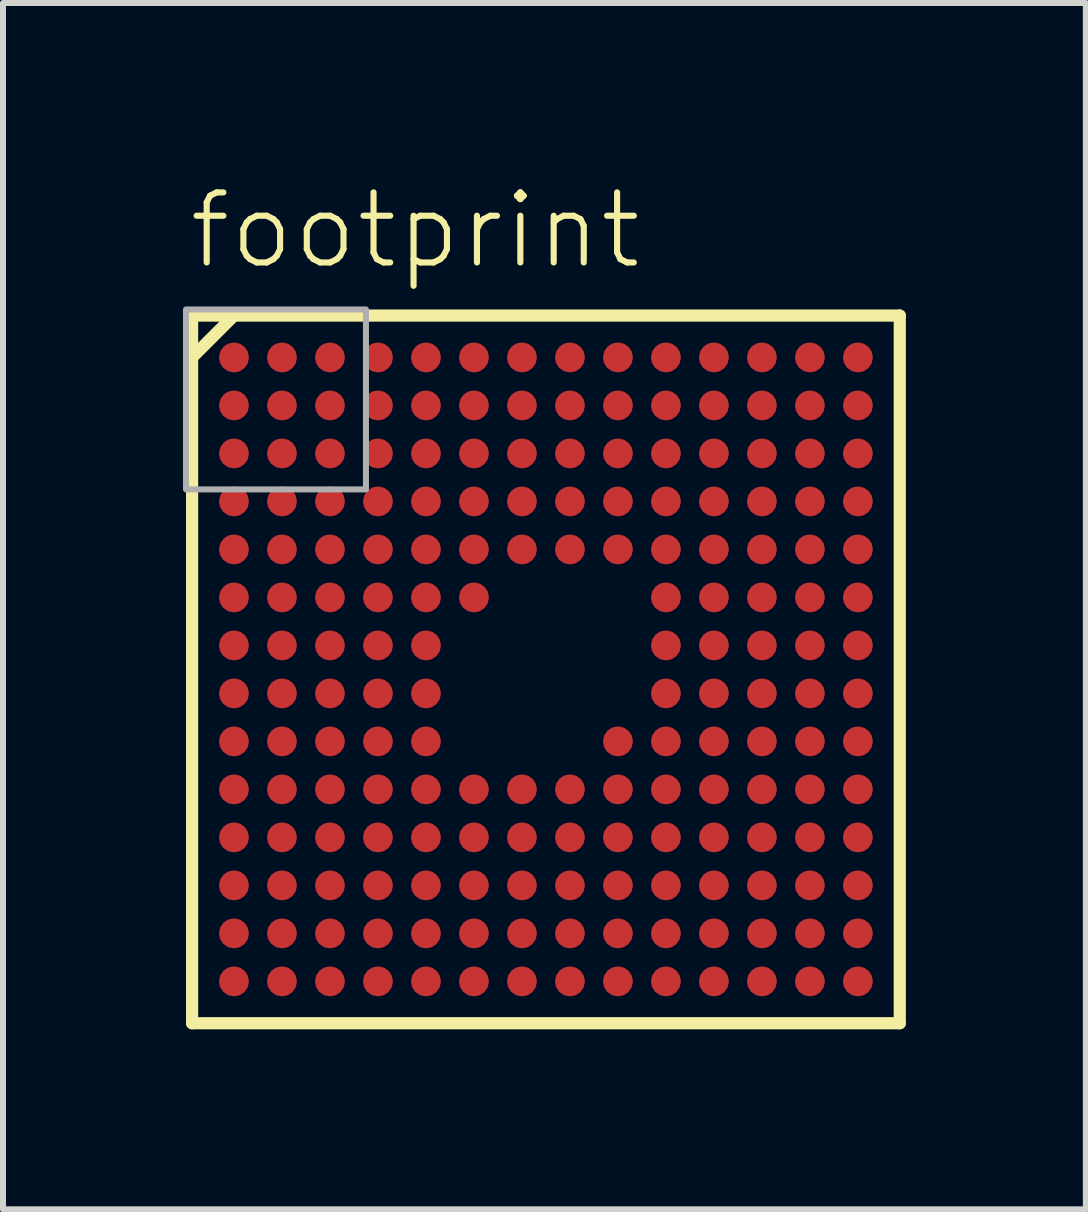
<source format=kicad_pcb>
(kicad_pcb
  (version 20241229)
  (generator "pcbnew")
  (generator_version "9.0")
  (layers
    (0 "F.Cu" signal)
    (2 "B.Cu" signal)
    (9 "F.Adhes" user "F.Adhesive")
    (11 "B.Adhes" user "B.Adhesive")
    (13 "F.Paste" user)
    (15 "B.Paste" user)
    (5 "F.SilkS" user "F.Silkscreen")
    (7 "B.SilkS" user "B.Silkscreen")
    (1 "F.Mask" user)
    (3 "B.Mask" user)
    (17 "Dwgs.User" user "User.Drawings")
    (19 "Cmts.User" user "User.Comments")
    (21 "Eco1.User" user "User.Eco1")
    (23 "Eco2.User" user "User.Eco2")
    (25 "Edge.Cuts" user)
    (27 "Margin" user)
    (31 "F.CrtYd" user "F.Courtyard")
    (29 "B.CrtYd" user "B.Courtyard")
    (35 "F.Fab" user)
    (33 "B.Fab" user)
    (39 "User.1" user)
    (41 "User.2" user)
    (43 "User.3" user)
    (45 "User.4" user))
  (footprint "footprint"
    (layer "F.Cu")
    (at 6.05 8.108)
    (property "Reference" "footprint" (at -6 -6.635 0) (layer "F.SilkS") (effects (font (size 1.168 1.168) (thickness 0.102)) (justify left bottom)))
    (fp_circle (center -5.2 -5.2) (end -5.075 -5.2) (stroke (width 0.25) (type solid)) (fill yes) (layer "F.Mask"))
    (fp_circle (center -5.2 -4.4) (end -5.075 -4.4) (stroke (width 0.25) (type solid)) (fill yes) (layer "F.Mask"))
    (fp_circle (center -5.2 -3.6) (end -5.075 -3.6) (stroke (width 0.25) (type solid)) (fill yes) (layer "F.Mask"))
    (fp_circle (center -5.2 -2.8) (end -5.075 -2.8) (stroke (width 0.25) (type solid)) (fill yes) (layer "F.Mask"))
    (fp_circle (center -5.2 -2) (end -5.075 -2) (stroke (width 0.25) (type solid)) (fill yes) (layer "F.Mask"))
    (fp_circle (center -5.2 -1.2) (end -5.075 -1.2) (stroke (width 0.25) (type solid)) (fill yes) (layer "F.Mask"))
    (fp_circle (center -5.2 -0.4) (end -5.075 -0.4) (stroke (width 0.25) (type solid)) (fill yes) (layer "F.Mask"))
    (fp_circle (center -5.2 0.4) (end -5.075 0.4) (stroke (width 0.25) (type solid)) (fill yes) (layer "F.Mask"))
    (fp_circle (center -5.2 1.2) (end -5.075 1.2) (stroke (width 0.25) (type solid)) (fill yes) (layer "F.Mask"))
    (fp_circle (center -5.2 2) (end -5.075 2) (stroke (width 0.25) (type solid)) (fill yes) (layer "F.Mask"))
    (fp_circle (center -5.2 2.8) (end -5.075 2.8) (stroke (width 0.25) (type solid)) (fill yes) (layer "F.Mask"))
    (fp_circle (center -5.2 3.6) (end -5.075 3.6) (stroke (width 0.25) (type solid)) (fill yes) (layer "F.Mask"))
    (fp_circle (center -5.2 4.4) (end -5.075 4.4) (stroke (width 0.25) (type solid)) (fill yes) (layer "F.Mask"))
    (fp_circle (center -5.2 5.2) (end -5.075 5.2) (stroke (width 0.25) (type solid)) (fill yes) (layer "F.Mask"))
    (fp_circle (center -4.4 -5.2) (end -4.275 -5.2) (stroke (width 0.25) (type solid)) (fill yes) (layer "F.Mask"))
    (fp_circle (center -4.4 -4.4) (end -4.275 -4.4) (stroke (width 0.25) (type solid)) (fill yes) (layer "F.Mask"))
    (fp_circle (center -4.4 -3.6) (end -4.275 -3.6) (stroke (width 0.25) (type solid)) (fill yes) (layer "F.Mask"))
    (fp_circle (center -4.4 -2.8) (end -4.275 -2.8) (stroke (width 0.25) (type solid)) (fill yes) (layer "F.Mask"))
    (fp_circle (center -4.4 -2) (end -4.275 -2) (stroke (width 0.25) (type solid)) (fill yes) (layer "F.Mask"))
    (fp_circle (center -4.4 -1.2) (end -4.275 -1.2) (stroke (width 0.25) (type solid)) (fill yes) (layer "F.Mask"))
    (fp_circle (center -4.4 -0.4) (end -4.275 -0.4) (stroke (width 0.25) (type solid)) (fill yes) (layer "F.Mask"))
    (fp_circle (center -4.4 0.4) (end -4.275 0.4) (stroke (width 0.25) (type solid)) (fill yes) (layer "F.Mask"))
    (fp_circle (center -4.4 1.2) (end -4.275 1.2) (stroke (width 0.25) (type solid)) (fill yes) (layer "F.Mask"))
    (fp_circle (center -4.4 2) (end -4.275 2) (stroke (width 0.25) (type solid)) (fill yes) (layer "F.Mask"))
    (fp_circle (center -4.4 2.8) (end -4.275 2.8) (stroke (width 0.25) (type solid)) (fill yes) (layer "F.Mask"))
    (fp_circle (center -4.4 3.6) (end -4.275 3.6) (stroke (width 0.25) (type solid)) (fill yes) (layer "F.Mask"))
    (fp_circle (center -4.4 4.4) (end -4.275 4.4) (stroke (width 0.25) (type solid)) (fill yes) (layer "F.Mask"))
    (fp_circle (center -4.4 5.2) (end -4.275 5.2) (stroke (width 0.25) (type solid)) (fill yes) (layer "F.Mask"))
    (fp_circle (center -3.6 -5.2) (end -3.475 -5.2) (stroke (width 0.25) (type solid)) (fill yes) (layer "F.Mask"))
    (fp_circle (center -3.6 -4.4) (end -3.475 -4.4) (stroke (width 0.25) (type solid)) (fill yes) (layer "F.Mask"))
    (fp_circle (center -3.6 -3.6) (end -3.475 -3.6) (stroke (width 0.25) (type solid)) (fill yes) (layer "F.Mask"))
    (fp_circle (center -3.6 -2.8) (end -3.475 -2.8) (stroke (width 0.25) (type solid)) (fill yes) (layer "F.Mask"))
    (fp_circle (center -3.6 -2) (end -3.475 -2) (stroke (width 0.25) (type solid)) (fill yes) (layer "F.Mask"))
    (fp_circle (center -3.6 -1.2) (end -3.475 -1.2) (stroke (width 0.25) (type solid)) (fill yes) (layer "F.Mask"))
    (fp_circle (center -3.6 -0.4) (end -3.475 -0.4) (stroke (width 0.25) (type solid)) (fill yes) (layer "F.Mask"))
    (fp_circle (center -3.6 0.4) (end -3.475 0.4) (stroke (width 0.25) (type solid)) (fill yes) (layer "F.Mask"))
    (fp_circle (center -3.6 1.2) (end -3.475 1.2) (stroke (width 0.25) (type solid)) (fill yes) (layer "F.Mask"))
    (fp_circle (center -3.6 2) (end -3.475 2) (stroke (width 0.25) (type solid)) (fill yes) (layer "F.Mask"))
    (fp_circle (center -3.6 2.8) (end -3.475 2.8) (stroke (width 0.25) (type solid)) (fill yes) (layer "F.Mask"))
    (fp_circle (center -3.6 3.6) (end -3.475 3.6) (stroke (width 0.25) (type solid)) (fill yes) (layer "F.Mask"))
    (fp_circle (center -3.6 4.4) (end -3.475 4.4) (stroke (width 0.25) (type solid)) (fill yes) (layer "F.Mask"))
    (fp_circle (center -3.6 5.2) (end -3.475 5.2) (stroke (width 0.25) (type solid)) (fill yes) (layer "F.Mask"))
    (fp_circle (center -2.8 -5.2) (end -2.675 -5.2) (stroke (width 0.25) (type solid)) (fill yes) (layer "F.Mask"))
    (fp_circle (center -2.8 -4.4) (end -2.675 -4.4) (stroke (width 0.25) (type solid)) (fill yes) (layer "F.Mask"))
    (fp_circle (center -2.8 -3.6) (end -2.675 -3.6) (stroke (width 0.25) (type solid)) (fill yes) (layer "F.Mask"))
    (fp_circle (center -2.8 -2.8) (end -2.675 -2.8) (stroke (width 0.25) (type solid)) (fill yes) (layer "F.Mask"))
    (fp_circle (center -2.8 -2) (end -2.675 -2) (stroke (width 0.25) (type solid)) (fill yes) (layer "F.Mask"))
    (fp_circle (center -2.8 -1.2) (end -2.675 -1.2) (stroke (width 0.25) (type solid)) (fill yes) (layer "F.Mask"))
    (fp_circle (center -2.8 -0.4) (end -2.675 -0.4) (stroke (width 0.25) (type solid)) (fill yes) (layer "F.Mask"))
    (fp_circle (center -2.8 0.4) (end -2.675 0.4) (stroke (width 0.25) (type solid)) (fill yes) (layer "F.Mask"))
    (fp_circle (center -2.8 1.2) (end -2.675 1.2) (stroke (width 0.25) (type solid)) (fill yes) (layer "F.Mask"))
    (fp_circle (center -2.8 2) (end -2.675 2) (stroke (width 0.25) (type solid)) (fill yes) (layer "F.Mask"))
    (fp_circle (center -2.8 2.8) (end -2.675 2.8) (stroke (width 0.25) (type solid)) (fill yes) (layer "F.Mask"))
    (fp_circle (center -2.8 3.6) (end -2.675 3.6) (stroke (width 0.25) (type solid)) (fill yes) (layer "F.Mask"))
    (fp_circle (center -2.8 4.4) (end -2.675 4.4) (stroke (width 0.25) (type solid)) (fill yes) (layer "F.Mask"))
    (fp_circle (center -2.8 5.2) (end -2.675 5.2) (stroke (width 0.25) (type solid)) (fill yes) (layer "F.Mask"))
    (fp_circle (center -2 -5.2) (end -1.875 -5.2) (stroke (width 0.25) (type solid)) (fill yes) (layer "F.Mask"))
    (fp_circle (center -2 -4.4) (end -1.875 -4.4) (stroke (width 0.25) (type solid)) (fill yes) (layer "F.Mask"))
    (fp_circle (center -2 -3.6) (end -1.875 -3.6) (stroke (width 0.25) (type solid)) (fill yes) (layer "F.Mask"))
    (fp_circle (center -2 -2.8) (end -1.875 -2.8) (stroke (width 0.25) (type solid)) (fill yes) (layer "F.Mask"))
    (fp_circle (center -2 -2) (end -1.875 -2) (stroke (width 0.25) (type solid)) (fill yes) (layer "F.Mask"))
    (fp_circle (center -2 -1.2) (end -1.875 -1.2) (stroke (width 0.25) (type solid)) (fill yes) (layer "F.Mask"))
    (fp_circle (center -2 -0.4) (end -1.875 -0.4) (stroke (width 0.25) (type solid)) (fill yes) (layer "F.Mask"))
    (fp_circle (center -2 0.4) (end -1.875 0.4) (stroke (width 0.25) (type solid)) (fill yes) (layer "F.Mask"))
    (fp_circle (center -2 1.2) (end -1.875 1.2) (stroke (width 0.25) (type solid)) (fill yes) (layer "F.Mask"))
    (fp_circle (center -2 2) (end -1.875 2) (stroke (width 0.25) (type solid)) (fill yes) (layer "F.Mask"))
    (fp_circle (center -2 2.8) (end -1.875 2.8) (stroke (width 0.25) (type solid)) (fill yes) (layer "F.Mask"))
    (fp_circle (center -2 3.6) (end -1.875 3.6) (stroke (width 0.25) (type solid)) (fill yes) (layer "F.Mask"))
    (fp_circle (center -2 4.4) (end -1.875 4.4) (stroke (width 0.25) (type solid)) (fill yes) (layer "F.Mask"))
    (fp_circle (center -2 5.2) (end -1.875 5.2) (stroke (width 0.25) (type solid)) (fill yes) (layer "F.Mask"))
    (fp_circle (center -1.2 -5.2) (end -1.075 -5.2) (stroke (width 0.25) (type solid)) (fill yes) (layer "F.Mask"))
    (fp_circle (center -1.2 -4.4) (end -1.075 -4.4) (stroke (width 0.25) (type solid)) (fill yes) (layer "F.Mask"))
    (fp_circle (center -1.2 -3.6) (end -1.075 -3.6) (stroke (width 0.25) (type solid)) (fill yes) (layer "F.Mask"))
    (fp_circle (center -1.2 -2.8) (end -1.075 -2.8) (stroke (width 0.25) (type solid)) (fill yes) (layer "F.Mask"))
    (fp_circle (center -1.2 -2) (end -1.075 -2) (stroke (width 0.25) (type solid)) (fill yes) (layer "F.Mask"))
    (fp_circle (center -1.2 -1.2) (end -1.075 -1.2) (stroke (width 0.25) (type solid)) (fill yes) (layer "F.Mask"))
    (fp_circle (center -1.2 2) (end -1.075 2) (stroke (width 0.25) (type solid)) (fill yes) (layer "F.Mask"))
    (fp_circle (center -1.2 2.8) (end -1.075 2.8) (stroke (width 0.25) (type solid)) (fill yes) (layer "F.Mask"))
    (fp_circle (center -1.2 3.6) (end -1.075 3.6) (stroke (width 0.25) (type solid)) (fill yes) (layer "F.Mask"))
    (fp_circle (center -1.2 4.4) (end -1.075 4.4) (stroke (width 0.25) (type solid)) (fill yes) (layer "F.Mask"))
    (fp_circle (center -1.2 5.2) (end -1.075 5.2) (stroke (width 0.25) (type solid)) (fill yes) (layer "F.Mask"))
    (fp_circle (center -0.4 -5.2) (end -0.275 -5.2) (stroke (width 0.25) (type solid)) (fill yes) (layer "F.Mask"))
    (fp_circle (center -0.4 -4.4) (end -0.275 -4.4) (stroke (width 0.25) (type solid)) (fill yes) (layer "F.Mask"))
    (fp_circle (center -0.4 -3.6) (end -0.275 -3.6) (stroke (width 0.25) (type solid)) (fill yes) (layer "F.Mask"))
    (fp_circle (center -0.4 -2.8) (end -0.275 -2.8) (stroke (width 0.25) (type solid)) (fill yes) (layer "F.Mask"))
    (fp_circle (center -0.4 -2) (end -0.275 -2) (stroke (width 0.25) (type solid)) (fill yes) (layer "F.Mask"))
    (fp_circle (center -0.4 2) (end -0.275 2) (stroke (width 0.25) (type solid)) (fill yes) (layer "F.Mask"))
    (fp_circle (center -0.4 2.8) (end -0.275 2.8) (stroke (width 0.25) (type solid)) (fill yes) (layer "F.Mask"))
    (fp_circle (center -0.4 3.6) (end -0.275 3.6) (stroke (width 0.25) (type solid)) (fill yes) (layer "F.Mask"))
    (fp_circle (center -0.4 4.4) (end -0.275 4.4) (stroke (width 0.25) (type solid)) (fill yes) (layer "F.Mask"))
    (fp_circle (center -0.4 5.2) (end -0.275 5.2) (stroke (width 0.25) (type solid)) (fill yes) (layer "F.Mask"))
    (fp_circle (center 0.4 -5.2) (end 0.525 -5.2) (stroke (width 0.25) (type solid)) (fill yes) (layer "F.Mask"))
    (fp_circle (center 0.4 -4.4) (end 0.525 -4.4) (stroke (width 0.25) (type solid)) (fill yes) (layer "F.Mask"))
    (fp_circle (center 0.4 -3.6) (end 0.525 -3.6) (stroke (width 0.25) (type solid)) (fill yes) (layer "F.Mask"))
    (fp_circle (center 0.4 -2.8) (end 0.525 -2.8) (stroke (width 0.25) (type solid)) (fill yes) (layer "F.Mask"))
    (fp_circle (center 0.4 -2) (end 0.525 -2) (stroke (width 0.25) (type solid)) (fill yes) (layer "F.Mask"))
    (fp_circle (center 0.4 2) (end 0.525 2) (stroke (width 0.25) (type solid)) (fill yes) (layer "F.Mask"))
    (fp_circle (center 0.4 2.8) (end 0.525 2.8) (stroke (width 0.25) (type solid)) (fill yes) (layer "F.Mask"))
    (fp_circle (center 0.4 3.6) (end 0.525 3.6) (stroke (width 0.25) (type solid)) (fill yes) (layer "F.Mask"))
    (fp_circle (center 0.4 4.4) (end 0.525 4.4) (stroke (width 0.25) (type solid)) (fill yes) (layer "F.Mask"))
    (fp_circle (center 0.4 5.2) (end 0.525 5.2) (stroke (width 0.25) (type solid)) (fill yes) (layer "F.Mask"))
    (fp_circle (center 1.2 -5.2) (end 1.325 -5.2) (stroke (width 0.25) (type solid)) (fill yes) (layer "F.Mask"))
    (fp_circle (center 1.2 -4.4) (end 1.325 -4.4) (stroke (width 0.25) (type solid)) (fill yes) (layer "F.Mask"))
    (fp_circle (center 1.2 -3.6) (end 1.325 -3.6) (stroke (width 0.25) (type solid)) (fill yes) (layer "F.Mask"))
    (fp_circle (center 1.2 -2.8) (end 1.325 -2.8) (stroke (width 0.25) (type solid)) (fill yes) (layer "F.Mask"))
    (fp_circle (center 1.2 -2) (end 1.325 -2) (stroke (width 0.25) (type solid)) (fill yes) (layer "F.Mask"))
    (fp_circle (center 1.2 1.2) (end 1.325 1.2) (stroke (width 0.25) (type solid)) (fill yes) (layer "F.Mask"))
    (fp_circle (center 1.2 2) (end 1.325 2) (stroke (width 0.25) (type solid)) (fill yes) (layer "F.Mask"))
    (fp_circle (center 1.2 2.8) (end 1.325 2.8) (stroke (width 0.25) (type solid)) (fill yes) (layer "F.Mask"))
    (fp_circle (center 1.2 3.6) (end 1.325 3.6) (stroke (width 0.25) (type solid)) (fill yes) (layer "F.Mask"))
    (fp_circle (center 1.2 4.4) (end 1.325 4.4) (stroke (width 0.25) (type solid)) (fill yes) (layer "F.Mask"))
    (fp_circle (center 1.2 5.2) (end 1.325 5.2) (stroke (width 0.25) (type solid)) (fill yes) (layer "F.Mask"))
    (fp_circle (center 2 -5.2) (end 2.125 -5.2) (stroke (width 0.25) (type solid)) (fill yes) (layer "F.Mask"))
    (fp_circle (center 2 -4.4) (end 2.125 -4.4) (stroke (width 0.25) (type solid)) (fill yes) (layer "F.Mask"))
    (fp_circle (center 2 -3.6) (end 2.125 -3.6) (stroke (width 0.25) (type solid)) (fill yes) (layer "F.Mask"))
    (fp_circle (center 2 -2.8) (end 2.125 -2.8) (stroke (width 0.25) (type solid)) (fill yes) (layer "F.Mask"))
    (fp_circle (center 2 -2) (end 2.125 -2) (stroke (width 0.25) (type solid)) (fill yes) (layer "F.Mask"))
    (fp_circle (center 2 -1.2) (end 2.125 -1.2) (stroke (width 0.25) (type solid)) (fill yes) (layer "F.Mask"))
    (fp_circle (center 2 -0.4) (end 2.125 -0.4) (stroke (width 0.25) (type solid)) (fill yes) (layer "F.Mask"))
    (fp_circle (center 2 0.4) (end 2.125 0.4) (stroke (width 0.25) (type solid)) (fill yes) (layer "F.Mask"))
    (fp_circle (center 2 1.2) (end 2.125 1.2) (stroke (width 0.25) (type solid)) (fill yes) (layer "F.Mask"))
    (fp_circle (center 2 2) (end 2.125 2) (stroke (width 0.25) (type solid)) (fill yes) (layer "F.Mask"))
    (fp_circle (center 2 2.8) (end 2.125 2.8) (stroke (width 0.25) (type solid)) (fill yes) (layer "F.Mask"))
    (fp_circle (center 2 3.6) (end 2.125 3.6) (stroke (width 0.25) (type solid)) (fill yes) (layer "F.Mask"))
    (fp_circle (center 2 4.4) (end 2.125 4.4) (stroke (width 0.25) (type solid)) (fill yes) (layer "F.Mask"))
    (fp_circle (center 2 5.2) (end 2.125 5.2) (stroke (width 0.25) (type solid)) (fill yes) (layer "F.Mask"))
    (fp_circle (center 2.8 -5.2) (end 2.925 -5.2) (stroke (width 0.25) (type solid)) (fill yes) (layer "F.Mask"))
    (fp_circle (center 2.8 -4.4) (end 2.925 -4.4) (stroke (width 0.25) (type solid)) (fill yes) (layer "F.Mask"))
    (fp_circle (center 2.8 -3.6) (end 2.925 -3.6) (stroke (width 0.25) (type solid)) (fill yes) (layer "F.Mask"))
    (fp_circle (center 2.8 -2.8) (end 2.925 -2.8) (stroke (width 0.25) (type solid)) (fill yes) (layer "F.Mask"))
    (fp_circle (center 2.8 -2) (end 2.925 -2) (stroke (width 0.25) (type solid)) (fill yes) (layer "F.Mask"))
    (fp_circle (center 2.8 -1.2) (end 2.925 -1.2) (stroke (width 0.25) (type solid)) (fill yes) (layer "F.Mask"))
    (fp_circle (center 2.8 -0.4) (end 2.925 -0.4) (stroke (width 0.25) (type solid)) (fill yes) (layer "F.Mask"))
    (fp_circle (center 2.8 0.4) (end 2.925 0.4) (stroke (width 0.25) (type solid)) (fill yes) (layer "F.Mask"))
    (fp_circle (center 2.8 1.2) (end 2.925 1.2) (stroke (width 0.25) (type solid)) (fill yes) (layer "F.Mask"))
    (fp_circle (center 2.8 2) (end 2.925 2) (stroke (width 0.25) (type solid)) (fill yes) (layer "F.Mask"))
    (fp_circle (center 2.8 2.8) (end 2.925 2.8) (stroke (width 0.25) (type solid)) (fill yes) (layer "F.Mask"))
    (fp_circle (center 2.8 3.6) (end 2.925 3.6) (stroke (width 0.25) (type solid)) (fill yes) (layer "F.Mask"))
    (fp_circle (center 2.8 4.4) (end 2.925 4.4) (stroke (width 0.25) (type solid)) (fill yes) (layer "F.Mask"))
    (fp_circle (center 2.8 5.2) (end 2.925 5.2) (stroke (width 0.25) (type solid)) (fill yes) (layer "F.Mask"))
    (fp_circle (center 3.6 -5.2) (end 3.725 -5.2) (stroke (width 0.25) (type solid)) (fill yes) (layer "F.Mask"))
    (fp_circle (center 3.6 -4.4) (end 3.725 -4.4) (stroke (width 0.25) (type solid)) (fill yes) (layer "F.Mask"))
    (fp_circle (center 3.6 -3.6) (end 3.725 -3.6) (stroke (width 0.25) (type solid)) (fill yes) (layer "F.Mask"))
    (fp_circle (center 3.6 -2.8) (end 3.725 -2.8) (stroke (width 0.25) (type solid)) (fill yes) (layer "F.Mask"))
    (fp_circle (center 3.6 -2) (end 3.725 -2) (stroke (width 0.25) (type solid)) (fill yes) (layer "F.Mask"))
    (fp_circle (center 3.6 -1.2) (end 3.725 -1.2) (stroke (width 0.25) (type solid)) (fill yes) (layer "F.Mask"))
    (fp_circle (center 3.6 -0.4) (end 3.725 -0.4) (stroke (width 0.25) (type solid)) (fill yes) (layer "F.Mask"))
    (fp_circle (center 3.6 0.4) (end 3.725 0.4) (stroke (width 0.25) (type solid)) (fill yes) (layer "F.Mask"))
    (fp_circle (center 3.6 1.2) (end 3.725 1.2) (stroke (width 0.25) (type solid)) (fill yes) (layer "F.Mask"))
    (fp_circle (center 3.6 2) (end 3.725 2) (stroke (width 0.25) (type solid)) (fill yes) (layer "F.Mask"))
    (fp_circle (center 3.6 2.8) (end 3.725 2.8) (stroke (width 0.25) (type solid)) (fill yes) (layer "F.Mask"))
    (fp_circle (center 3.6 3.6) (end 3.725 3.6) (stroke (width 0.25) (type solid)) (fill yes) (layer "F.Mask"))
    (fp_circle (center 3.6 4.4) (end 3.725 4.4) (stroke (width 0.25) (type solid)) (fill yes) (layer "F.Mask"))
    (fp_circle (center 3.6 5.2) (end 3.725 5.2) (stroke (width 0.25) (type solid)) (fill yes) (layer "F.Mask"))
    (fp_circle (center 4.4 -5.2) (end 4.525 -5.2) (stroke (width 0.25) (type solid)) (fill yes) (layer "F.Mask"))
    (fp_circle (center 4.4 -4.4) (end 4.525 -4.4) (stroke (width 0.25) (type solid)) (fill yes) (layer "F.Mask"))
    (fp_circle (center 4.4 -3.6) (end 4.525 -3.6) (stroke (width 0.25) (type solid)) (fill yes) (layer "F.Mask"))
    (fp_circle (center 4.4 -2.8) (end 4.525 -2.8) (stroke (width 0.25) (type solid)) (fill yes) (layer "F.Mask"))
    (fp_circle (center 4.4 -2) (end 4.525 -2) (stroke (width 0.25) (type solid)) (fill yes) (layer "F.Mask"))
    (fp_circle (center 4.4 -1.2) (end 4.525 -1.2) (stroke (width 0.25) (type solid)) (fill yes) (layer "F.Mask"))
    (fp_circle (center 4.4 -0.4) (end 4.525 -0.4) (stroke (width 0.25) (type solid)) (fill yes) (layer "F.Mask"))
    (fp_circle (center 4.4 0.4) (end 4.525 0.4) (stroke (width 0.25) (type solid)) (fill yes) (layer "F.Mask"))
    (fp_circle (center 4.4 1.2) (end 4.525 1.2) (stroke (width 0.25) (type solid)) (fill yes) (layer "F.Mask"))
    (fp_circle (center 4.4 2) (end 4.525 2) (stroke (width 0.25) (type solid)) (fill yes) (layer "F.Mask"))
    (fp_circle (center 4.4 2.8) (end 4.525 2.8) (stroke (width 0.25) (type solid)) (fill yes) (layer "F.Mask"))
    (fp_circle (center 4.4 3.6) (end 4.525 3.6) (stroke (width 0.25) (type solid)) (fill yes) (layer "F.Mask"))
    (fp_circle (center 4.4 4.4) (end 4.525 4.4) (stroke (width 0.25) (type solid)) (fill yes) (layer "F.Mask"))
    (fp_circle (center 4.4 5.2) (end 4.525 5.2) (stroke (width 0.25) (type solid)) (fill yes) (layer "F.Mask"))
    (fp_circle (center 5.2 -5.2) (end 5.325 -5.2) (stroke (width 0.25) (type solid)) (fill yes) (layer "F.Mask"))
    (fp_circle (center 5.2 -4.4) (end 5.325 -4.4) (stroke (width 0.25) (type solid)) (fill yes) (layer "F.Mask"))
    (fp_circle (center 5.2 -3.6) (end 5.325 -3.6) (stroke (width 0.25) (type solid)) (fill yes) (layer "F.Mask"))
    (fp_circle (center 5.2 -2.8) (end 5.325 -2.8) (stroke (width 0.25) (type solid)) (fill yes) (layer "F.Mask"))
    (fp_circle (center 5.2 -2) (end 5.325 -2) (stroke (width 0.25) (type solid)) (fill yes) (layer "F.Mask"))
    (fp_circle (center 5.2 -1.2) (end 5.325 -1.2) (stroke (width 0.25) (type solid)) (fill yes) (layer "F.Mask"))
    (fp_circle (center 5.2 -0.4) (end 5.325 -0.4) (stroke (width 0.25) (type solid)) (fill yes) (layer "F.Mask"))
    (fp_circle (center 5.2 0.4) (end 5.325 0.4) (stroke (width 0.25) (type solid)) (fill yes) (layer "F.Mask"))
    (fp_circle (center 5.2 1.2) (end 5.325 1.2) (stroke (width 0.25) (type solid)) (fill yes) (layer "F.Mask"))
    (fp_circle (center 5.2 2) (end 5.325 2) (stroke (width 0.25) (type solid)) (fill yes) (layer "F.Mask"))
    (fp_circle (center 5.2 2.8) (end 5.325 2.8) (stroke (width 0.25) (type solid)) (fill yes) (layer "F.Mask"))
    (fp_circle (center 5.2 3.6) (end 5.325 3.6) (stroke (width 0.25) (type solid)) (fill yes) (layer "F.Mask"))
    (fp_circle (center 5.2 4.4) (end 5.325 4.4) (stroke (width 0.25) (type solid)) (fill yes) (layer "F.Mask"))
    (fp_circle (center 5.2 5.2) (end 5.325 5.2) (stroke (width 0.25) (type solid)) (fill yes) (layer "F.Mask"))
    (fp_line (start -5.898 -5.898) (end -5.898 -5.2) (stroke (width 0.203) (type solid)) (layer "F.SilkS"))
    (fp_line (start -5.898 -5.2) (end -5.898 5.898) (stroke (width 0.203) (type solid)) (layer "F.SilkS"))
    (fp_line (start -5.898 -5.2) (end -5.2 -5.898) (stroke (width 0.203) (type solid)) (layer "F.SilkS"))
    (fp_line (start -5.898 5.898) (end 5.898 5.898) (stroke (width 0.203) (type solid)) (layer "F.SilkS"))
    (fp_line (start -5.2 -5.898) (end -5.898 -5.898) (stroke (width 0.203) (type solid)) (layer "F.SilkS"))
    (fp_line (start 5.898 -5.898) (end -5.2 -5.898) (stroke (width 0.203) (type solid)) (layer "F.SilkS"))
    (fp_line (start 5.898 5.898) (end 5.898 -5.898) (stroke (width 0.203) (type solid)) (layer "F.SilkS"))
    (fp_poly (pts (xy -6 -3) (xy -3 -3) (xy -3 -6) (xy -6 -6)) (stroke (width 0.1) (type solid)) (fill no) (layer "F.Fab"))
    (pad "A1" smd roundrect (at -5.2 -5.2) (size 0.5 0.5) (layers "F.Cu") (roundrect_rratio 0.5))
    (pad "A2" smd roundrect (at -4.4 -5.2) (size 0.5 0.5) (layers "F.Cu") (roundrect_rratio 0.5))
    (pad "A3" smd roundrect (at -3.6 -5.2) (size 0.5 0.5) (layers "F.Cu") (roundrect_rratio 0.5))
    (pad "A4" smd roundrect (at -2.8 -5.2) (size 0.5 0.5) (layers "F.Cu") (roundrect_rratio 0.5))
    (pad "A5" smd roundrect (at -2 -5.2) (size 0.5 0.5) (layers "F.Cu") (roundrect_rratio 0.5))
    (pad "A6" smd roundrect (at -1.2 -5.2) (size 0.5 0.5) (layers "F.Cu") (roundrect_rratio 0.5))
    (pad "A7" smd roundrect (at -0.4 -5.2) (size 0.5 0.5) (layers "F.Cu") (roundrect_rratio 0.5))
    (pad "A8" smd roundrect (at 0.4 -5.2) (size 0.5 0.5) (layers "F.Cu") (roundrect_rratio 0.5))
    (pad "A9" smd roundrect (at 1.2 -5.2) (size 0.5 0.5) (layers "F.Cu") (roundrect_rratio 0.5))
    (pad "A10" smd roundrect (at 2 -5.2) (size 0.5 0.5) (layers "F.Cu") (roundrect_rratio 0.5))
    (pad "A11" smd roundrect (at 2.8 -5.2) (size 0.5 0.5) (layers "F.Cu") (roundrect_rratio 0.5))
    (pad "A12" smd roundrect (at 3.6 -5.2) (size 0.5 0.5) (layers "F.Cu") (roundrect_rratio 0.5))
    (pad "A13" smd roundrect (at 4.4 -5.2) (size 0.5 0.5) (layers "F.Cu") (roundrect_rratio 0.5))
    (pad "A14" smd roundrect (at 5.2 -5.2) (size 0.5 0.5) (layers "F.Cu") (roundrect_rratio 0.5))
    (pad "B1" smd roundrect (at -5.2 -4.4) (size 0.5 0.5) (layers "F.Cu") (roundrect_rratio 0.5))
    (pad "B2" smd roundrect (at -4.4 -4.4) (size 0.5 0.5) (layers "F.Cu") (roundrect_rratio 0.5))
    (pad "B3" smd roundrect (at -3.6 -4.4) (size 0.5 0.5) (layers "F.Cu") (roundrect_rratio 0.5))
    (pad "B4" smd roundrect (at -2.8 -4.4) (size 0.5 0.5) (layers "F.Cu") (roundrect_rratio 0.5))
    (pad "B5" smd roundrect (at -2 -4.4) (size 0.5 0.5) (layers "F.Cu") (roundrect_rratio 0.5))
    (pad "B6" smd roundrect (at -1.2 -4.4) (size 0.5 0.5) (layers "F.Cu") (roundrect_rratio 0.5))
    (pad "B7" smd roundrect (at -0.4 -4.4) (size 0.5 0.5) (layers "F.Cu") (roundrect_rratio 0.5))
    (pad "B8" smd roundrect (at 0.4 -4.4) (size 0.5 0.5) (layers "F.Cu") (roundrect_rratio 0.5))
    (pad "B9" smd roundrect (at 1.2 -4.4) (size 0.5 0.5) (layers "F.Cu") (roundrect_rratio 0.5))
    (pad "B10" smd roundrect (at 2 -4.4) (size 0.5 0.5) (layers "F.Cu") (roundrect_rratio 0.5))
    (pad "B11" smd roundrect (at 2.8 -4.4) (size 0.5 0.5) (layers "F.Cu") (roundrect_rratio 0.5))
    (pad "B12" smd roundrect (at 3.6 -4.4) (size 0.5 0.5) (layers "F.Cu") (roundrect_rratio 0.5))
    (pad "B13" smd roundrect (at 4.4 -4.4) (size 0.5 0.5) (layers "F.Cu") (roundrect_rratio 0.5))
    (pad "B14" smd roundrect (at 5.2 -4.4) (size 0.5 0.5) (layers "F.Cu") (roundrect_rratio 0.5))
    (pad "C1" smd roundrect (at -5.2 -3.6) (size 0.5 0.5) (layers "F.Cu") (roundrect_rratio 0.5))
    (pad "C2" smd roundrect (at -4.4 -3.6) (size 0.5 0.5) (layers "F.Cu") (roundrect_rratio 0.5))
    (pad "C3" smd roundrect (at -3.6 -3.6) (size 0.5 0.5) (layers "F.Cu") (roundrect_rratio 0.5))
    (pad "C4" smd roundrect (at -2.8 -3.6) (size 0.5 0.5) (layers "F.Cu") (roundrect_rratio 0.5))
    (pad "C5" smd roundrect (at -2 -3.6) (size 0.5 0.5) (layers "F.Cu") (roundrect_rratio 0.5))
    (pad "C6" smd roundrect (at -1.2 -3.6) (size 0.5 0.5) (layers "F.Cu") (roundrect_rratio 0.5))
    (pad "C7" smd roundrect (at -0.4 -3.6) (size 0.5 0.5) (layers "F.Cu") (roundrect_rratio 0.5))
    (pad "C8" smd roundrect (at 0.4 -3.6) (size 0.5 0.5) (layers "F.Cu") (roundrect_rratio 0.5))
    (pad "C9" smd roundrect (at 1.2 -3.6) (size 0.5 0.5) (layers "F.Cu") (roundrect_rratio 0.5))
    (pad "C10" smd roundrect (at 2 -3.6) (size 0.5 0.5) (layers "F.Cu") (roundrect_rratio 0.5))
    (pad "C11" smd roundrect (at 2.8 -3.6) (size 0.5 0.5) (layers "F.Cu") (roundrect_rratio 0.5))
    (pad "C12" smd roundrect (at 3.6 -3.6) (size 0.5 0.5) (layers "F.Cu") (roundrect_rratio 0.5))
    (pad "C13" smd roundrect (at 4.4 -3.6) (size 0.5 0.5) (layers "F.Cu") (roundrect_rratio 0.5))
    (pad "C14" smd roundrect (at 5.2 -3.6) (size 0.5 0.5) (layers "F.Cu") (roundrect_rratio 0.5))
    (pad "D1" smd roundrect (at -5.2 -2.8) (size 0.5 0.5) (layers "F.Cu") (roundrect_rratio 0.5))
    (pad "D2" smd roundrect (at -4.4 -2.8) (size 0.5 0.5) (layers "F.Cu") (roundrect_rratio 0.5))
    (pad "D3" smd roundrect (at -3.6 -2.8) (size 0.5 0.5) (layers "F.Cu") (roundrect_rratio 0.5))
    (pad "D4" smd roundrect (at -2.8 -2.8) (size 0.5 0.5) (layers "F.Cu") (roundrect_rratio 0.5))
    (pad "D5" smd roundrect (at -2 -2.8) (size 0.5 0.5) (layers "F.Cu") (roundrect_rratio 0.5))
    (pad "D6" smd roundrect (at -1.2 -2.8) (size 0.5 0.5) (layers "F.Cu") (roundrect_rratio 0.5))
    (pad "D7" smd roundrect (at -0.4 -2.8) (size 0.5 0.5) (layers "F.Cu") (roundrect_rratio 0.5))
    (pad "D8" smd roundrect (at 0.4 -2.8) (size 0.5 0.5) (layers "F.Cu") (roundrect_rratio 0.5))
    (pad "D9" smd roundrect (at 1.2 -2.8) (size 0.5 0.5) (layers "F.Cu") (roundrect_rratio 0.5))
    (pad "D10" smd roundrect (at 2 -2.8) (size 0.5 0.5) (layers "F.Cu") (roundrect_rratio 0.5))
    (pad "D11" smd roundrect (at 2.8 -2.8) (size 0.5 0.5) (layers "F.Cu") (roundrect_rratio 0.5))
    (pad "D12" smd roundrect (at 3.6 -2.8) (size 0.5 0.5) (layers "F.Cu") (roundrect_rratio 0.5))
    (pad "D13" smd roundrect (at 4.4 -2.8) (size 0.5 0.5) (layers "F.Cu") (roundrect_rratio 0.5))
    (pad "D14" smd roundrect (at 5.2 -2.8) (size 0.5 0.5) (layers "F.Cu") (roundrect_rratio 0.5))
    (pad "E1" smd roundrect (at -5.2 -2) (size 0.5 0.5) (layers "F.Cu") (roundrect_rratio 0.5))
    (pad "E2" smd roundrect (at -4.4 -2) (size 0.5 0.5) (layers "F.Cu") (roundrect_rratio 0.5))
    (pad "E3" smd roundrect (at -3.6 -2) (size 0.5 0.5) (layers "F.Cu") (roundrect_rratio 0.5))
    (pad "E4" smd roundrect (at -2.8 -2) (size 0.5 0.5) (layers "F.Cu") (roundrect_rratio 0.5))
    (pad "E5" smd roundrect (at -2 -2) (size 0.5 0.5) (layers "F.Cu") (roundrect_rratio 0.5))
    (pad "E6" smd roundrect (at -1.2 -2) (size 0.5 0.5) (layers "F.Cu") (roundrect_rratio 0.5))
    (pad "E7" smd roundrect (at -0.4 -2) (size 0.5 0.5) (layers "F.Cu") (roundrect_rratio 0.5))
    (pad "E8" smd roundrect (at 0.4 -2) (size 0.5 0.5) (layers "F.Cu") (roundrect_rratio 0.5))
    (pad "E9" smd roundrect (at 1.2 -2) (size 0.5 0.5) (layers "F.Cu") (roundrect_rratio 0.5))
    (pad "E10" smd roundrect (at 2 -2) (size 0.5 0.5) (layers "F.Cu") (roundrect_rratio 0.5))
    (pad "E11" smd roundrect (at 2.8 -2) (size 0.5 0.5) (layers "F.Cu") (roundrect_rratio 0.5))
    (pad "E12" smd roundrect (at 3.6 -2) (size 0.5 0.5) (layers "F.Cu") (roundrect_rratio 0.5))
    (pad "E13" smd roundrect (at 4.4 -2) (size 0.5 0.5) (layers "F.Cu") (roundrect_rratio 0.5))
    (pad "E14" smd roundrect (at 5.2 -2) (size 0.5 0.5) (layers "F.Cu") (roundrect_rratio 0.5))
    (pad "F1" smd roundrect (at -5.2 -1.2) (size 0.5 0.5) (layers "F.Cu") (roundrect_rratio 0.5))
    (pad "F2" smd roundrect (at -4.4 -1.2) (size 0.5 0.5) (layers "F.Cu") (roundrect_rratio 0.5))
    (pad "F3" smd roundrect (at -3.6 -1.2) (size 0.5 0.5) (layers "F.Cu") (roundrect_rratio 0.5))
    (pad "F4" smd roundrect (at -2.8 -1.2) (size 0.5 0.5) (layers "F.Cu") (roundrect_rratio 0.5))
    (pad "F5" smd roundrect (at -2 -1.2) (size 0.5 0.5) (layers "F.Cu") (roundrect_rratio 0.5))
    (pad "F6" smd roundrect (at -1.2 -1.2) (size 0.5 0.5) (layers "F.Cu") (roundrect_rratio 0.5))
    (pad "F10" smd roundrect (at 2 -1.2) (size 0.5 0.5) (layers "F.Cu") (roundrect_rratio 0.5))
    (pad "F11" smd roundrect (at 2.8 -1.2) (size 0.5 0.5) (layers "F.Cu") (roundrect_rratio 0.5))
    (pad "F12" smd roundrect (at 3.6 -1.2) (size 0.5 0.5) (layers "F.Cu") (roundrect_rratio 0.5))
    (pad "F13" smd roundrect (at 4.4 -1.2) (size 0.5 0.5) (layers "F.Cu") (roundrect_rratio 0.5))
    (pad "F14" smd roundrect (at 5.2 -1.2) (size 0.5 0.5) (layers "F.Cu") (roundrect_rratio 0.5))
    (pad "G1" smd roundrect (at -5.2 -0.4) (size 0.5 0.5) (layers "F.Cu") (roundrect_rratio 0.5))
    (pad "G2" smd roundrect (at -4.4 -0.4) (size 0.5 0.5) (layers "F.Cu") (roundrect_rratio 0.5))
    (pad "G3" smd roundrect (at -3.6 -0.4) (size 0.5 0.5) (layers "F.Cu") (roundrect_rratio 0.5))
    (pad "G4" smd roundrect (at -2.8 -0.4) (size 0.5 0.5) (layers "F.Cu") (roundrect_rratio 0.5))
    (pad "G5" smd roundrect (at -2 -0.4) (size 0.5 0.5) (layers "F.Cu") (roundrect_rratio 0.5))
    (pad "G10" smd roundrect (at 2 -0.4) (size 0.5 0.5) (layers "F.Cu") (roundrect_rratio 0.5))
    (pad "G11" smd roundrect (at 2.8 -0.4) (size 0.5 0.5) (layers "F.Cu") (roundrect_rratio 0.5))
    (pad "G12" smd roundrect (at 3.6 -0.4) (size 0.5 0.5) (layers "F.Cu") (roundrect_rratio 0.5))
    (pad "G13" smd roundrect (at 4.4 -0.4) (size 0.5 0.5) (layers "F.Cu") (roundrect_rratio 0.5))
    (pad "G14" smd roundrect (at 5.2 -0.4) (size 0.5 0.5) (layers "F.Cu") (roundrect_rratio 0.5))
    (pad "H1" smd roundrect (at -5.2 0.4) (size 0.5 0.5) (layers "F.Cu") (roundrect_rratio 0.5))
    (pad "H2" smd roundrect (at -4.4 0.4) (size 0.5 0.5) (layers "F.Cu") (roundrect_rratio 0.5))
    (pad "H3" smd roundrect (at -3.6 0.4) (size 0.5 0.5) (layers "F.Cu") (roundrect_rratio 0.5))
    (pad "H4" smd roundrect (at -2.8 0.4) (size 0.5 0.5) (layers "F.Cu") (roundrect_rratio 0.5))
    (pad "H5" smd roundrect (at -2 0.4) (size 0.5 0.5) (layers "F.Cu") (roundrect_rratio 0.5))
    (pad "H10" smd roundrect (at 2 0.4) (size 0.5 0.5) (layers "F.Cu") (roundrect_rratio 0.5))
    (pad "H11" smd roundrect (at 2.8 0.4) (size 0.5 0.5) (layers "F.Cu") (roundrect_rratio 0.5))
    (pad "H12" smd roundrect (at 3.6 0.4) (size 0.5 0.5) (layers "F.Cu") (roundrect_rratio 0.5))
    (pad "H13" smd roundrect (at 4.4 0.4) (size 0.5 0.5) (layers "F.Cu") (roundrect_rratio 0.5))
    (pad "H14" smd roundrect (at 5.2 0.4) (size 0.5 0.5) (layers "F.Cu") (roundrect_rratio 0.5))
    (pad "J1" smd roundrect (at -5.2 1.2) (size 0.5 0.5) (layers "F.Cu") (roundrect_rratio 0.5))
    (pad "J2" smd roundrect (at -4.4 1.2) (size 0.5 0.5) (layers "F.Cu") (roundrect_rratio 0.5))
    (pad "J3" smd roundrect (at -3.6 1.2) (size 0.5 0.5) (layers "F.Cu") (roundrect_rratio 0.5))
    (pad "J4" smd roundrect (at -2.8 1.2) (size 0.5 0.5) (layers "F.Cu") (roundrect_rratio 0.5))
    (pad "J5" smd roundrect (at -2 1.2) (size 0.5 0.5) (layers "F.Cu") (roundrect_rratio 0.5))
    (pad "J9" smd roundrect (at 1.2 1.2) (size 0.5 0.5) (layers "F.Cu") (roundrect_rratio 0.5))
    (pad "J10" smd roundrect (at 2 1.2) (size 0.5 0.5) (layers "F.Cu") (roundrect_rratio 0.5))
    (pad "J11" smd roundrect (at 2.8 1.2) (size 0.5 0.5) (layers "F.Cu") (roundrect_rratio 0.5))
    (pad "J12" smd roundrect (at 3.6 1.2) (size 0.5 0.5) (layers "F.Cu") (roundrect_rratio 0.5))
    (pad "J13" smd roundrect (at 4.4 1.2) (size 0.5 0.5) (layers "F.Cu") (roundrect_rratio 0.5))
    (pad "J14" smd roundrect (at 5.2 1.2) (size 0.5 0.5) (layers "F.Cu") (roundrect_rratio 0.5))
    (pad "K1" smd roundrect (at -5.2 2) (size 0.5 0.5) (layers "F.Cu") (roundrect_rratio 0.5))
    (pad "K2" smd roundrect (at -4.4 2) (size 0.5 0.5) (layers "F.Cu") (roundrect_rratio 0.5))
    (pad "K3" smd roundrect (at -3.6 2) (size 0.5 0.5) (layers "F.Cu") (roundrect_rratio 0.5))
    (pad "K4" smd roundrect (at -2.8 2) (size 0.5 0.5) (layers "F.Cu") (roundrect_rratio 0.5))
    (pad "K5" smd roundrect (at -2 2) (size 0.5 0.5) (layers "F.Cu") (roundrect_rratio 0.5))
    (pad "K6" smd roundrect (at -1.2 2) (size 0.5 0.5) (layers "F.Cu") (roundrect_rratio 0.5))
    (pad "K7" smd roundrect (at -0.4 2) (size 0.5 0.5) (layers "F.Cu") (roundrect_rratio 0.5))
    (pad "K8" smd roundrect (at 0.4 2) (size 0.5 0.5) (layers "F.Cu") (roundrect_rratio 0.5))
    (pad "K9" smd roundrect (at 1.2 2) (size 0.5 0.5) (layers "F.Cu") (roundrect_rratio 0.5))
    (pad "K10" smd roundrect (at 2 2) (size 0.5 0.5) (layers "F.Cu") (roundrect_rratio 0.5))
    (pad "K11" smd roundrect (at 2.8 2) (size 0.5 0.5) (layers "F.Cu") (roundrect_rratio 0.5))
    (pad "K12" smd roundrect (at 3.6 2) (size 0.5 0.5) (layers "F.Cu") (roundrect_rratio 0.5))
    (pad "K13" smd roundrect (at 4.4 2) (size 0.5 0.5) (layers "F.Cu") (roundrect_rratio 0.5))
    (pad "K14" smd roundrect (at 5.2 2) (size 0.5 0.5) (layers "F.Cu") (roundrect_rratio 0.5))
    (pad "L1" smd roundrect (at -5.2 2.8) (size 0.5 0.5) (layers "F.Cu") (roundrect_rratio 0.5))
    (pad "L2" smd roundrect (at -4.4 2.8) (size 0.5 0.5) (layers "F.Cu") (roundrect_rratio 0.5))
    (pad "L3" smd roundrect (at -3.6 2.8) (size 0.5 0.5) (layers "F.Cu") (roundrect_rratio 0.5))
    (pad "L4" smd roundrect (at -2.8 2.8) (size 0.5 0.5) (layers "F.Cu") (roundrect_rratio 0.5))
    (pad "L5" smd roundrect (at -2 2.8) (size 0.5 0.5) (layers "F.Cu") (roundrect_rratio 0.5))
    (pad "L6" smd roundrect (at -1.2 2.8) (size 0.5 0.5) (layers "F.Cu") (roundrect_rratio 0.5))
    (pad "L7" smd roundrect (at -0.4 2.8) (size 0.5 0.5) (layers "F.Cu") (roundrect_rratio 0.5))
    (pad "L8" smd roundrect (at 0.4 2.8) (size 0.5 0.5) (layers "F.Cu") (roundrect_rratio 0.5))
    (pad "L9" smd roundrect (at 1.2 2.8) (size 0.5 0.5) (layers "F.Cu") (roundrect_rratio 0.5))
    (pad "L10" smd roundrect (at 2 2.8) (size 0.5 0.5) (layers "F.Cu") (roundrect_rratio 0.5))
    (pad "L11" smd roundrect (at 2.8 2.8) (size 0.5 0.5) (layers "F.Cu") (roundrect_rratio 0.5))
    (pad "L12" smd roundrect (at 3.6 2.8) (size 0.5 0.5) (layers "F.Cu") (roundrect_rratio 0.5))
    (pad "L13" smd roundrect (at 4.4 2.8) (size 0.5 0.5) (layers "F.Cu") (roundrect_rratio 0.5))
    (pad "L14" smd roundrect (at 5.2 2.8) (size 0.5 0.5) (layers "F.Cu") (roundrect_rratio 0.5))
    (pad "M1" smd roundrect (at -5.2 3.6) (size 0.5 0.5) (layers "F.Cu") (roundrect_rratio 0.5))
    (pad "M2" smd roundrect (at -4.4 3.6) (size 0.5 0.5) (layers "F.Cu") (roundrect_rratio 0.5))
    (pad "M3" smd roundrect (at -3.6 3.6) (size 0.5 0.5) (layers "F.Cu") (roundrect_rratio 0.5))
    (pad "M4" smd roundrect (at -2.8 3.6) (size 0.5 0.5) (layers "F.Cu") (roundrect_rratio 0.5))
    (pad "M5" smd roundrect (at -2 3.6) (size 0.5 0.5) (layers "F.Cu") (roundrect_rratio 0.5))
    (pad "M6" smd roundrect (at -1.2 3.6) (size 0.5 0.5) (layers "F.Cu") (roundrect_rratio 0.5))
    (pad "M7" smd roundrect (at -0.4 3.6) (size 0.5 0.5) (layers "F.Cu") (roundrect_rratio 0.5))
    (pad "M8" smd roundrect (at 0.4 3.6) (size 0.5 0.5) (layers "F.Cu") (roundrect_rratio 0.5))
    (pad "M9" smd roundrect (at 1.2 3.6) (size 0.5 0.5) (layers "F.Cu") (roundrect_rratio 0.5))
    (pad "M10" smd roundrect (at 2 3.6) (size 0.5 0.5) (layers "F.Cu") (roundrect_rratio 0.5))
    (pad "M11" smd roundrect (at 2.8 3.6) (size 0.5 0.5) (layers "F.Cu") (roundrect_rratio 0.5))
    (pad "M12" smd roundrect (at 3.6 3.6) (size 0.5 0.5) (layers "F.Cu") (roundrect_rratio 0.5))
    (pad "M13" smd roundrect (at 4.4 3.6) (size 0.5 0.5) (layers "F.Cu") (roundrect_rratio 0.5))
    (pad "M14" smd roundrect (at 5.2 3.6) (size 0.5 0.5) (layers "F.Cu") (roundrect_rratio 0.5))
    (pad "N1" smd roundrect (at -5.2 4.4) (size 0.5 0.5) (layers "F.Cu") (roundrect_rratio 0.5))
    (pad "N2" smd roundrect (at -4.4 4.4) (size 0.5 0.5) (layers "F.Cu") (roundrect_rratio 0.5))
    (pad "N3" smd roundrect (at -3.6 4.4) (size 0.5 0.5) (layers "F.Cu") (roundrect_rratio 0.5))
    (pad "N4" smd roundrect (at -2.8 4.4) (size 0.5 0.5) (layers "F.Cu") (roundrect_rratio 0.5))
    (pad "N5" smd roundrect (at -2 4.4) (size 0.5 0.5) (layers "F.Cu") (roundrect_rratio 0.5))
    (pad "N6" smd roundrect (at -1.2 4.4) (size 0.5 0.5) (layers "F.Cu") (roundrect_rratio 0.5))
    (pad "N7" smd roundrect (at -0.4 4.4) (size 0.5 0.5) (layers "F.Cu") (roundrect_rratio 0.5))
    (pad "N8" smd roundrect (at 0.4 4.4) (size 0.5 0.5) (layers "F.Cu") (roundrect_rratio 0.5))
    (pad "N9" smd roundrect (at 1.2 4.4) (size 0.5 0.5) (layers "F.Cu") (roundrect_rratio 0.5))
    (pad "N10" smd roundrect (at 2 4.4) (size 0.5 0.5) (layers "F.Cu") (roundrect_rratio 0.5))
    (pad "N11" smd roundrect (at 2.8 4.4) (size 0.5 0.5) (layers "F.Cu") (roundrect_rratio 0.5))
    (pad "N12" smd roundrect (at 3.6 4.4) (size 0.5 0.5) (layers "F.Cu") (roundrect_rratio 0.5))
    (pad "N13" smd roundrect (at 4.4 4.4) (size 0.5 0.5) (layers "F.Cu") (roundrect_rratio 0.5))
    (pad "N14" smd roundrect (at 5.2 4.4) (size 0.5 0.5) (layers "F.Cu") (roundrect_rratio 0.5))
    (pad "P1" smd roundrect (at -5.2 5.2) (size 0.5 0.5) (layers "F.Cu") (roundrect_rratio 0.5))
    (pad "P2" smd roundrect (at -4.4 5.2) (size 0.5 0.5) (layers "F.Cu") (roundrect_rratio 0.5))
    (pad "P3" smd roundrect (at -3.6 5.2) (size 0.5 0.5) (layers "F.Cu") (roundrect_rratio 0.5))
    (pad "P4" smd roundrect (at -2.8 5.2) (size 0.5 0.5) (layers "F.Cu") (roundrect_rratio 0.5))
    (pad "P5" smd roundrect (at -2 5.2) (size 0.5 0.5) (layers "F.Cu") (roundrect_rratio 0.5))
    (pad "P6" smd roundrect (at -1.2 5.2) (size 0.5 0.5) (layers "F.Cu") (roundrect_rratio 0.5))
    (pad "P7" smd roundrect (at -0.4 5.2) (size 0.5 0.5) (layers "F.Cu") (roundrect_rratio 0.5))
    (pad "P8" smd roundrect (at 0.4 5.2) (size 0.5 0.5) (layers "F.Cu") (roundrect_rratio 0.5))
    (pad "P9" smd roundrect (at 1.2 5.2) (size 0.5 0.5) (layers "F.Cu") (roundrect_rratio 0.5))
    (pad "P10" smd roundrect (at 2 5.2) (size 0.5 0.5) (layers "F.Cu") (roundrect_rratio 0.5))
    (pad "P11" smd roundrect (at 2.8 5.2) (size 0.5 0.5) (layers "F.Cu") (roundrect_rratio 0.5))
    (pad "P12" smd roundrect (at 3.6 5.2) (size 0.5 0.5) (layers "F.Cu") (roundrect_rratio 0.5))
    (pad "P13" smd roundrect (at 4.4 5.2) (size 0.5 0.5) (layers "F.Cu") (roundrect_rratio 0.5))
    (pad "P14" smd roundrect (at 5.2 5.2) (size 0.5 0.5) (layers "F.Cu") (roundrect_rratio 0.5)))
  (gr_rect
    (start -3 -3)
    (end 15.05 17.108)
    (stroke (width 0.1) (type default))
    (fill no)
    (layer "Edge.Cuts")))
</source>
